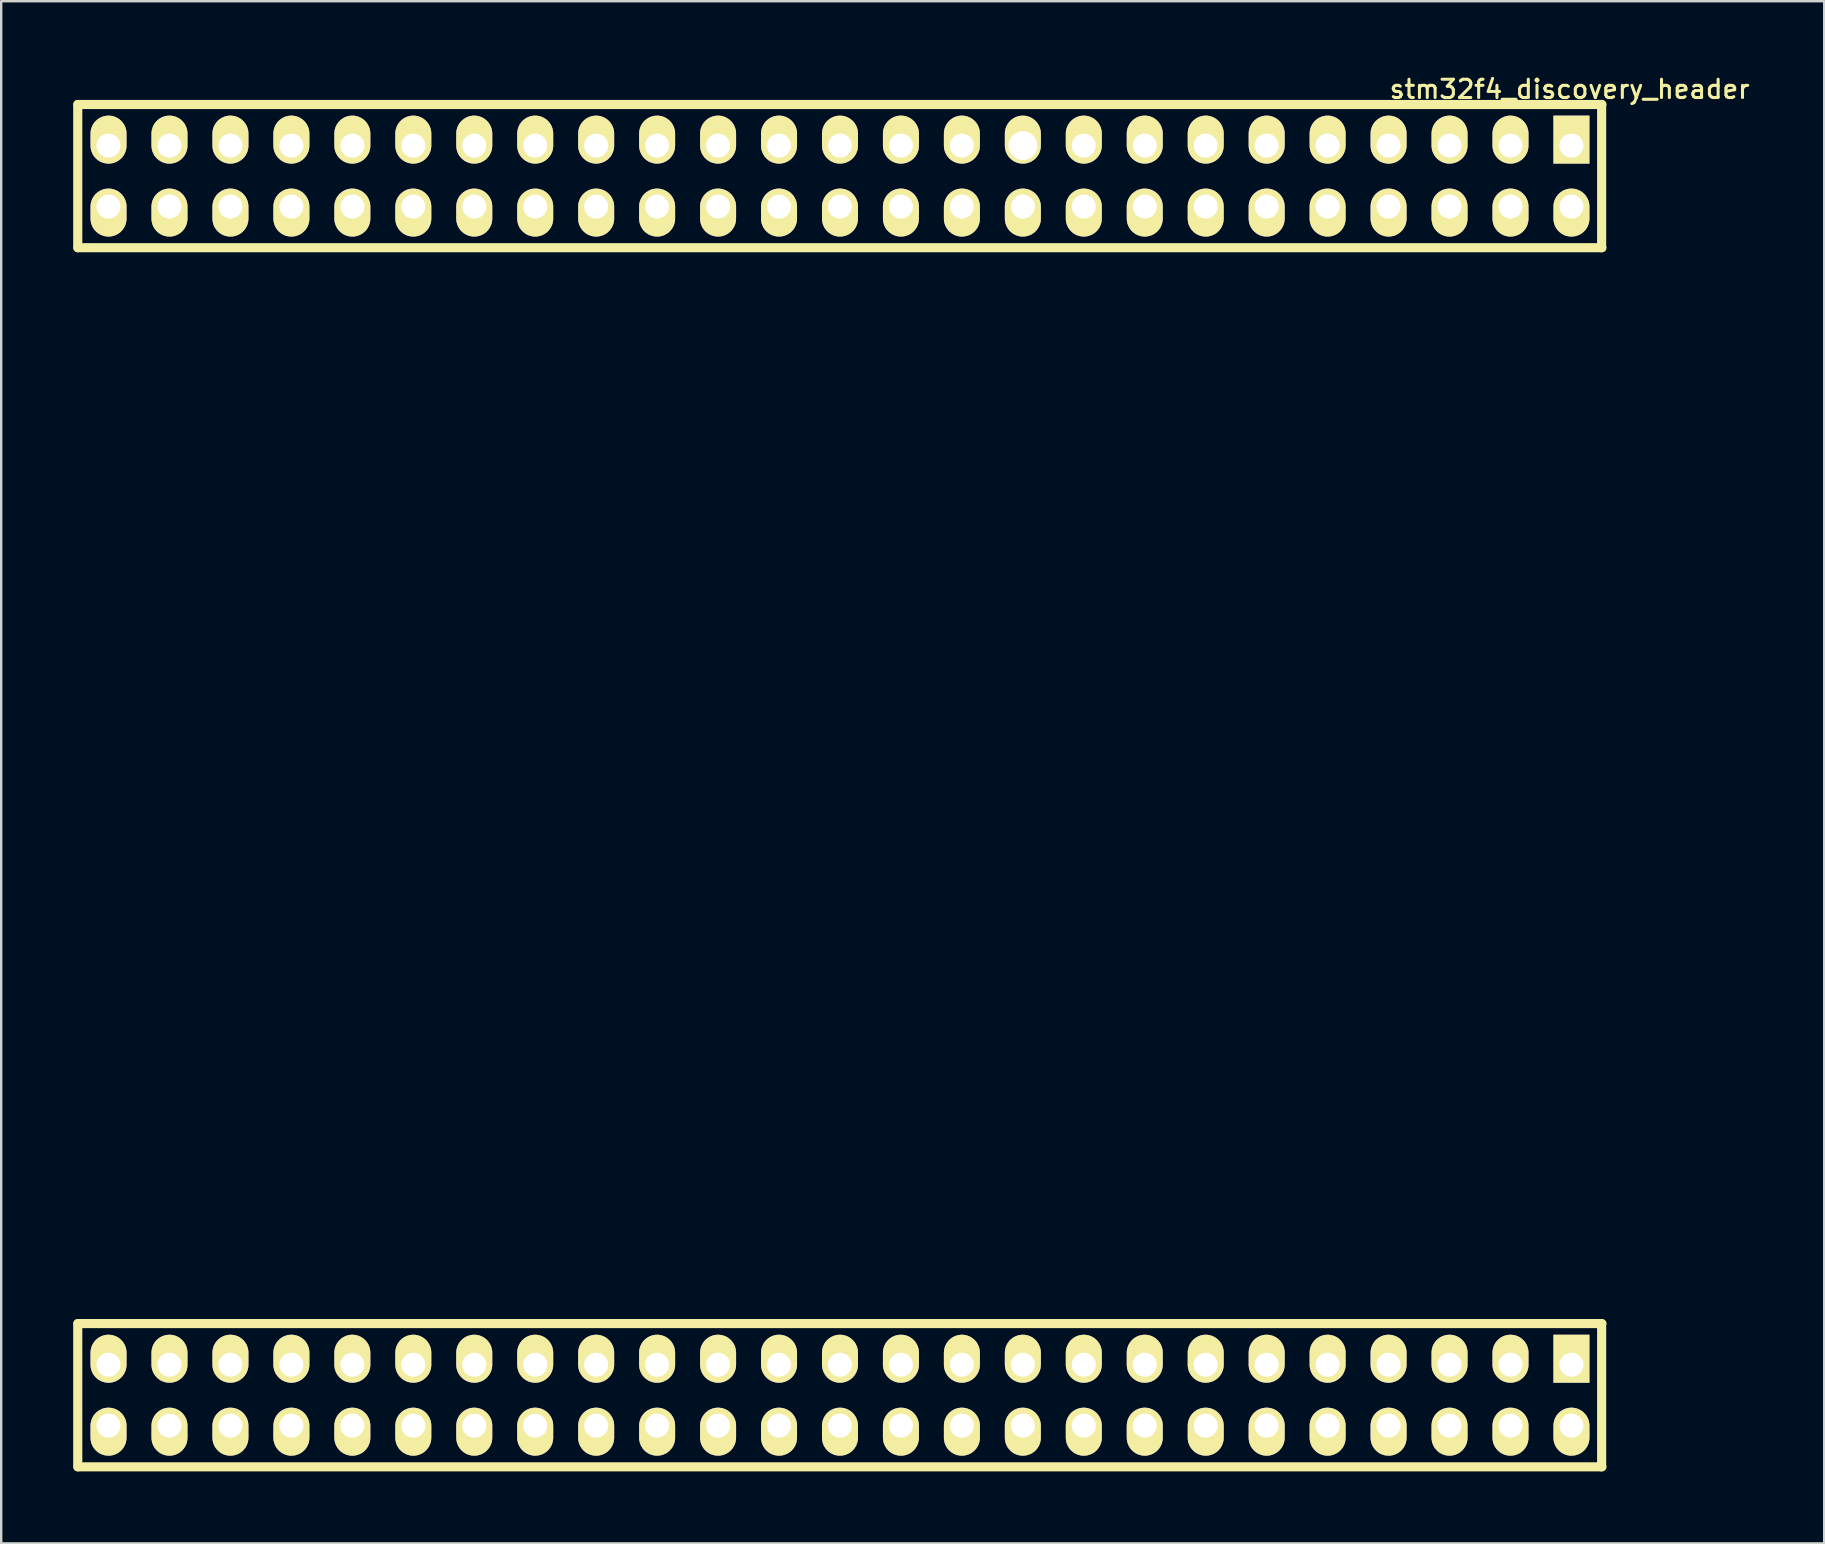
<source format=kicad_pcb>
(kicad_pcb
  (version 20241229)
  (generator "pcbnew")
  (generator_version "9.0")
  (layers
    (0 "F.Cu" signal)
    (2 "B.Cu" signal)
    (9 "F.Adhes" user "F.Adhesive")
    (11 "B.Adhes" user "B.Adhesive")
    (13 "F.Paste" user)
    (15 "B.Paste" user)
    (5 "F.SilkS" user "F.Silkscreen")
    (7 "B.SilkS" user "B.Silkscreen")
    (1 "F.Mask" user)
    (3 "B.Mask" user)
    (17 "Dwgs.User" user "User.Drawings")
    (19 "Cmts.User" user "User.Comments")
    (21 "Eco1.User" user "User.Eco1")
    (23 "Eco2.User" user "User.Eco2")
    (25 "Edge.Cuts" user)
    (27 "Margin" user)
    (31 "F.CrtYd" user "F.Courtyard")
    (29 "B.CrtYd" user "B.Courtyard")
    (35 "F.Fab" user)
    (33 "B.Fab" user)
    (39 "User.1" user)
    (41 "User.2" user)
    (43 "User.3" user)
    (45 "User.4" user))
  (footprint "stm32f4_discovery_header"
    (layer "F.Cu")
    (at 47.752 29.688)
    (property "Reference" "stm32f4_discovery_header" (at 14.605 -29.02 0) (layer "F.SilkS") (effects (font (size 0.762 0.762) (thickness 0.127))))
    (attr through_hole)
    (fp_line (start -47.562 -22.416) (end -47.562 -28.384) (stroke (width 0.381) (type solid)) (layer "F.SilkS"))
    (fp_line (start -47.562 22.416) (end -47.562 28.384) (stroke (width 0.381) (type solid)) (layer "F.SilkS"))
    (fp_line (start -47.55 -28.384) (end 15.95 -28.384) (stroke (width 0.381) (type solid)) (layer "F.SilkS"))
    (fp_line (start -47.55 -22.416) (end 15.95 -22.416) (stroke (width 0.381) (type solid)) (layer "F.SilkS"))
    (fp_line (start -47.55 22.416) (end 15.95 22.416) (stroke (width 0.381) (type solid)) (layer "F.SilkS"))
    (fp_line (start -47.55 28.384) (end 15.95 28.384) (stroke (width 0.381) (type solid)) (layer "F.SilkS"))
    (fp_line (start 15.938 -22.416) (end 15.938 -28.384) (stroke (width 0.381) (type solid)) (layer "F.SilkS"))
    (fp_line (start 15.938 28.384) (end 15.938 22.416) (stroke (width 0.381) (type solid)) (layer "F.SilkS"))
    (pad "1" thru_hole rect (at 14.68 -26.67) (size 1.5 2) (drill 1 (offset 0 -0.25)) (layers "*.Cu" "*.Mask" "F.SilkS"))
    (pad "2" thru_hole oval (at 14.68 -24.13) (size 1.5 2) (drill 1 (offset 0 0.25)) (layers "*.Cu" "*.Mask" "F.SilkS"))
    (pad "3" thru_hole oval (at 12.14 -26.67) (size 1.5 2) (drill 1 (offset 0 -0.25)) (layers "*.Cu" "*.Mask" "F.SilkS"))
    (pad "4" thru_hole oval (at 12.14 -24.13) (size 1.5 2) (drill 1 (offset 0 0.25)) (layers "*.Cu" "*.Mask" "F.SilkS"))
    (pad "5" thru_hole oval (at 9.6 -26.67) (size 1.5 2) (drill 1 (offset 0 -0.25)) (layers "*.Cu" "*.Mask" "F.SilkS"))
    (pad "6" thru_hole oval (at 9.6 -24.13) (size 1.5 2) (drill 1 (offset 0 0.25)) (layers "*.Cu" "*.Mask" "F.SilkS"))
    (pad "7" thru_hole oval (at 7.06 -26.67) (size 1.5 2) (drill 1 (offset 0 -0.25)) (layers "*.Cu" "*.Mask" "F.SilkS"))
    (pad "8" thru_hole oval (at 7.06 -24.13) (size 1.5 2) (drill 1 (offset 0 0.25)) (layers "*.Cu" "*.Mask" "F.SilkS"))
    (pad "9" thru_hole oval (at 4.52 -26.67) (size 1.5 2) (drill 1 (offset 0 -0.25)) (layers "*.Cu" "*.Mask" "F.SilkS"))
    (pad "10" thru_hole oval (at 4.52 -24.13) (size 1.5 2) (drill 1 (offset 0 0.25)) (layers "*.Cu" "*.Mask" "F.SilkS"))
    (pad "11" thru_hole oval (at 1.98 -26.67) (size 1.5 2) (drill 1 (offset 0 -0.25)) (layers "*.Cu" "*.Mask" "F.SilkS"))
    (pad "12" thru_hole oval (at 1.98 -24.13) (size 1.5 2) (drill 1 (offset 0 0.25)) (layers "*.Cu" "*.Mask" "F.SilkS"))
    (pad "13" thru_hole oval (at -0.56 -26.67) (size 1.5 2) (drill 1 (offset 0 -0.25)) (layers "*.Cu" "*.Mask" "F.SilkS"))
    (pad "14" thru_hole oval (at -0.56 -24.13) (size 1.5 2) (drill 1 (offset 0 0.25)) (layers "*.Cu" "*.Mask" "F.SilkS"))
    (pad "15" thru_hole oval (at -3.1 -26.67) (size 1.5 2) (drill 1 (offset 0 -0.25)) (layers "*.Cu" "*.Mask" "F.SilkS"))
    (pad "16" thru_hole oval (at -3.1 -24.13) (size 1.5 2) (drill 1 (offset 0 0.25)) (layers "*.Cu" "*.Mask" "F.SilkS"))
    (pad "17" thru_hole oval (at -5.64 -26.67) (size 1.5 2) (drill 1 (offset 0 -0.25)) (layers "*.Cu" "*.Mask" "F.SilkS"))
    (pad "18" thru_hole oval (at -5.64 -24.13) (size 1.5 2) (drill 1 (offset 0 0.25)) (layers "*.Cu" "*.Mask" "F.SilkS"))
    (pad "19" thru_hole oval (at -8.18 -26.67) (size 1.5 2) (drill 1.2 (offset 0 -0.25)) (layers "*.Cu" "*.Mask" "F.SilkS"))
    (pad "20" thru_hole oval (at -8.18 -24.13) (size 1.5 2) (drill 1 (offset 0 0.25)) (layers "*.Cu" "*.Mask" "F.SilkS"))
    (pad "21" thru_hole oval (at -10.72 -26.67) (size 1.5 2) (drill 1 (offset 0 -0.25)) (layers "*.Cu" "*.Mask" "F.SilkS"))
    (pad "22" thru_hole oval (at -10.72 -24.13) (size 1.5 2) (drill 1 (offset 0 0.25)) (layers "*.Cu" "*.Mask" "F.SilkS"))
    (pad "23" thru_hole oval (at -13.26 -26.67) (size 1.5 2) (drill 1 (offset 0 -0.25)) (layers "*.Cu" "*.Mask" "F.SilkS"))
    (pad "24" thru_hole oval (at -13.26 -24.13) (size 1.5 2) (drill 1 (offset 0 0.25)) (layers "*.Cu" "*.Mask" "F.SilkS"))
    (pad "25" thru_hole oval (at -15.8 -26.67) (size 1.5 2) (drill 1 (offset 0 -0.25)) (layers "*.Cu" "*.Mask" "F.SilkS"))
    (pad "26" thru_hole oval (at -15.8 -24.13) (size 1.5 2) (drill 1 (offset 0 0.25)) (layers "*.Cu" "*.Mask" "F.SilkS"))
    (pad "27" thru_hole oval (at -18.34 -26.67) (size 1.5 2) (drill 1 (offset 0 -0.25)) (layers "*.Cu" "*.Mask" "F.SilkS"))
    (pad "28" thru_hole oval (at -18.34 -24.13) (size 1.5 2) (drill 1 (offset 0 0.25)) (layers "*.Cu" "*.Mask" "F.SilkS"))
    (pad "29" thru_hole oval (at -20.88 -26.67) (size 1.5 2) (drill 1 (offset 0 -0.25)) (layers "*.Cu" "*.Mask" "F.SilkS"))
    (pad "30" thru_hole oval (at -20.88 -24.13) (size 1.5 2) (drill 1 (offset 0 0.25)) (layers "*.Cu" "*.Mask" "F.SilkS"))
    (pad "31" thru_hole oval (at -23.42 -26.67) (size 1.5 2) (drill 1 (offset 0 -0.25)) (layers "*.Cu" "*.Mask" "F.SilkS"))
    (pad "32" thru_hole oval (at -23.42 -24.13) (size 1.5 2) (drill 1 (offset 0 0.25)) (layers "*.Cu" "*.Mask" "F.SilkS"))
    (pad "33" thru_hole oval (at -25.96 -26.67) (size 1.5 2) (drill 1 (offset 0 -0.25)) (layers "*.Cu" "*.Mask" "F.SilkS"))
    (pad "34" thru_hole oval (at -25.96 -24.13) (size 1.5 2) (drill 1 (offset 0 0.25)) (layers "*.Cu" "*.Mask" "F.SilkS"))
    (pad "35" thru_hole oval (at -28.5 -26.67) (size 1.5 2) (drill 1 (offset 0 -0.25)) (layers "*.Cu" "*.Mask" "F.SilkS"))
    (pad "36" thru_hole oval (at -28.5 -24.13) (size 1.5 2) (drill 1 (offset 0 0.25)) (layers "*.Cu" "*.Mask" "F.SilkS"))
    (pad "37" thru_hole oval (at -31.04 -26.67) (size 1.5 2) (drill 1 (offset 0 -0.25)) (layers "*.Cu" "*.Mask" "F.SilkS"))
    (pad "38" thru_hole oval (at -31.04 -24.13) (size 1.5 2) (drill 1 (offset 0 0.25)) (layers "*.Cu" "*.Mask" "F.SilkS"))
    (pad "39" thru_hole oval (at -33.58 -26.67) (size 1.5 2) (drill 1 (offset 0 -0.25)) (layers "*.Cu" "*.Mask" "F.SilkS"))
    (pad "40" thru_hole oval (at -33.58 -24.13) (size 1.5 2) (drill 1 (offset 0 0.25)) (layers "*.Cu" "*.Mask" "F.SilkS"))
    (pad "41" thru_hole oval (at -36.12 -26.67) (size 1.5 2) (drill 1 (offset 0 -0.25)) (layers "*.Cu" "*.Mask" "F.SilkS"))
    (pad "42" thru_hole oval (at -36.12 -24.13) (size 1.5 2) (drill 1 (offset 0 0.25)) (layers "*.Cu" "*.Mask" "F.SilkS"))
    (pad "43" thru_hole oval (at -38.66 -26.67) (size 1.5 2) (drill 1 (offset 0 -0.25)) (layers "*.Cu" "*.Mask" "F.SilkS"))
    (pad "44" thru_hole oval (at -38.66 -24.13) (size 1.5 2) (drill 1 (offset 0 0.25)) (layers "*.Cu" "*.Mask" "F.SilkS"))
    (pad "45" thru_hole oval (at -41.2 -26.67) (size 1.5 2) (drill 1 (offset 0 -0.25)) (layers "*.Cu" "*.Mask" "F.SilkS"))
    (pad "46" thru_hole oval (at -41.2 -24.13) (size 1.5 2) (drill 1 (offset 0 0.25)) (layers "*.Cu" "*.Mask" "F.SilkS"))
    (pad "47" thru_hole oval (at -43.74 -26.67) (size 1.5 2) (drill 1 (offset 0 -0.25)) (layers "*.Cu" "*.Mask" "F.SilkS"))
    (pad "48" thru_hole oval (at -43.74 -24.13) (size 1.5 2) (drill 1 (offset 0 0.25)) (layers "*.Cu" "*.Mask" "F.SilkS"))
    (pad "49" thru_hole oval (at -46.28 -26.67) (size 1.5 2) (drill 1 (offset 0 -0.25)) (layers "*.Cu" "*.Mask" "F.SilkS"))
    (pad "50" thru_hole oval (at -46.28 -24.13) (size 1.5 2) (drill 1 (offset 0 0.25)) (layers "*.Cu" "*.Mask" "F.SilkS"))
    (pad "51" thru_hole oval (at -46.28 24.13) (size 1.5 2) (drill 1 (offset 0 -0.25)) (layers "*.Cu" "*.Mask" "F.SilkS"))
    (pad "52" thru_hole oval (at -46.28 26.67) (size 1.5 2) (drill 1 (offset 0 0.25)) (layers "*.Cu" "*.Mask" "F.SilkS"))
    (pad "53" thru_hole oval (at -43.74 24.13) (size 1.5 2) (drill 1 (offset 0 -0.25)) (layers "*.Cu" "*.Mask" "F.SilkS"))
    (pad "54" thru_hole oval (at -43.74 26.67) (size 1.5 2) (drill 1 (offset 0 0.25)) (layers "*.Cu" "*.Mask" "F.SilkS"))
    (pad "55" thru_hole oval (at -41.2 24.13) (size 1.5 2) (drill 1 (offset 0 -0.25)) (layers "*.Cu" "*.Mask" "F.SilkS"))
    (pad "56" thru_hole oval (at -41.2 26.67) (size 1.5 2) (drill 1 (offset 0 0.25)) (layers "*.Cu" "*.Mask" "F.SilkS"))
    (pad "57" thru_hole oval (at -38.66 24.13) (size 1.5 2) (drill 1 (offset 0 -0.25)) (layers "*.Cu" "*.Mask" "F.SilkS"))
    (pad "58" thru_hole oval (at -38.66 26.67) (size 1.5 2) (drill 1 (offset 0 0.25)) (layers "*.Cu" "*.Mask" "F.SilkS"))
    (pad "59" thru_hole oval (at -36.12 24.13) (size 1.5 2) (drill 1 (offset 0 -0.25)) (layers "*.Cu" "*.Mask" "F.SilkS"))
    (pad "60" thru_hole oval (at -36.12 26.67) (size 1.5 2) (drill 1 (offset 0 0.25)) (layers "*.Cu" "*.Mask" "F.SilkS"))
    (pad "61" thru_hole oval (at -33.58 24.13) (size 1.5 2) (drill 1 (offset 0 -0.25)) (layers "*.Cu" "*.Mask" "F.SilkS"))
    (pad "62" thru_hole oval (at -33.58 26.67) (size 1.5 2) (drill 1 (offset 0 0.25)) (layers "*.Cu" "*.Mask" "F.SilkS"))
    (pad "63" thru_hole oval (at -31.04 24.13) (size 1.5 2) (drill 1 (offset 0 -0.25)) (layers "*.Cu" "*.Mask" "F.SilkS"))
    (pad "64" thru_hole oval (at -31.04 26.67) (size 1.5 2) (drill 1 (offset 0 0.25)) (layers "*.Cu" "*.Mask" "F.SilkS"))
    (pad "65" thru_hole oval (at -28.5 24.13) (size 1.5 2) (drill 1 (offset 0 -0.25)) (layers "*.Cu" "*.Mask" "F.SilkS"))
    (pad "66" thru_hole oval (at -28.5 26.67) (size 1.5 2) (drill 1 (offset 0 0.25)) (layers "*.Cu" "*.Mask" "F.SilkS"))
    (pad "67" thru_hole oval (at -25.96 24.13) (size 1.5 2) (drill 1 (offset 0 -0.25)) (layers "*.Cu" "*.Mask" "F.SilkS"))
    (pad "68" thru_hole oval (at -25.96 26.67) (size 1.5 2) (drill 1 (offset 0 0.25)) (layers "*.Cu" "*.Mask" "F.SilkS"))
    (pad "69" thru_hole oval (at -23.42 24.13) (size 1.5 2) (drill 1 (offset 0 -0.25)) (layers "*.Cu" "*.Mask" "F.SilkS"))
    (pad "70" thru_hole oval (at -23.42 26.67) (size 1.5 2) (drill 1 (offset 0 0.25)) (layers "*.Cu" "*.Mask" "F.SilkS"))
    (pad "71" thru_hole oval (at -20.88 24.13) (size 1.5 2) (drill 1 (offset 0 -0.25)) (layers "*.Cu" "*.Mask" "F.SilkS"))
    (pad "72" thru_hole oval (at -20.88 26.67) (size 1.5 2) (drill 1 (offset 0 0.25)) (layers "*.Cu" "*.Mask" "F.SilkS"))
    (pad "73" thru_hole oval (at -18.34 24.13) (size 1.5 2) (drill 1 (offset 0 -0.25)) (layers "*.Cu" "*.Mask" "F.SilkS"))
    (pad "74" thru_hole oval (at -18.34 26.67) (size 1.5 2) (drill 1 (offset 0 0.25)) (layers "*.Cu" "*.Mask" "F.SilkS"))
    (pad "75" thru_hole oval (at -15.8 24.13) (size 1.5 2) (drill 1 (offset 0 -0.25)) (layers "*.Cu" "*.Mask" "F.SilkS"))
    (pad "76" thru_hole oval (at -15.8 26.67) (size 1.5 2) (drill 1 (offset 0 0.25)) (layers "*.Cu" "*.Mask" "F.SilkS"))
    (pad "77" thru_hole oval (at -13.26 24.13) (size 1.5 2) (drill 1 (offset 0 -0.25)) (layers "*.Cu" "*.Mask" "F.SilkS"))
    (pad "78" thru_hole oval (at -13.26 26.67) (size 1.5 2) (drill 1 (offset 0 0.25)) (layers "*.Cu" "*.Mask" "F.SilkS"))
    (pad "79" thru_hole oval (at -10.72 24.13) (size 1.5 2) (drill 1 (offset 0 -0.25)) (layers "*.Cu" "*.Mask" "F.SilkS"))
    (pad "80" thru_hole oval (at -10.72 26.67) (size 1.5 2) (drill 1 (offset 0 0.25)) (layers "*.Cu" "*.Mask" "F.SilkS"))
    (pad "81" thru_hole oval (at -8.18 24.13) (size 1.5 2) (drill 1 (offset 0 -0.25)) (layers "*.Cu" "*.Mask" "F.SilkS"))
    (pad "82" thru_hole oval (at -8.18 26.67) (size 1.5 2) (drill 1 (offset 0 0.25)) (layers "*.Cu" "*.Mask" "F.SilkS"))
    (pad "83" thru_hole oval (at -5.64 24.13) (size 1.5 2) (drill 1 (offset 0 -0.25)) (layers "*.Cu" "*.Mask" "F.SilkS"))
    (pad "84" thru_hole oval (at -5.64 26.67) (size 1.5 2) (drill 1 (offset 0 0.25)) (layers "*.Cu" "*.Mask" "F.SilkS"))
    (pad "85" thru_hole oval (at -3.1 24.13) (size 1.5 2) (drill 1 (offset 0 -0.25)) (layers "*.Cu" "*.Mask" "F.SilkS"))
    (pad "86" thru_hole oval (at -3.1 26.67) (size 1.5 2) (drill 1 (offset 0 0.25)) (layers "*.Cu" "*.Mask" "F.SilkS"))
    (pad "87" thru_hole oval (at -0.56 24.13) (size 1.5 2) (drill 1 (offset 0 -0.25)) (layers "*.Cu" "*.Mask" "F.SilkS"))
    (pad "88" thru_hole oval (at -0.56 26.67) (size 1.5 2) (drill 1 (offset 0 0.25)) (layers "*.Cu" "*.Mask" "F.SilkS"))
    (pad "89" thru_hole oval (at 1.98 24.13) (size 1.5 2) (drill 1 (offset 0 -0.25)) (layers "*.Cu" "*.Mask" "F.SilkS"))
    (pad "90" thru_hole oval (at 1.98 26.67) (size 1.5 2) (drill 1 (offset 0 0.25)) (layers "*.Cu" "*.Mask" "F.SilkS"))
    (pad "91" thru_hole oval (at 4.52 24.13) (size 1.5 2) (drill 1 (offset 0 -0.25)) (layers "*.Cu" "*.Mask" "F.SilkS"))
    (pad "92" thru_hole oval (at 4.52 26.67) (size 1.5 2) (drill 1 (offset 0 0.25)) (layers "*.Cu" "*.Mask" "F.SilkS"))
    (pad "93" thru_hole oval (at 7.06 24.13) (size 1.5 2) (drill 1 (offset 0 -0.25)) (layers "*.Cu" "*.Mask" "F.SilkS"))
    (pad "94" thru_hole oval (at 7.06 26.67) (size 1.5 2) (drill 1 (offset 0 0.25)) (layers "*.Cu" "*.Mask" "F.SilkS"))
    (pad "95" thru_hole oval (at 9.6 24.13) (size 1.5 2) (drill 1 (offset 0 -0.25)) (layers "*.Cu" "*.Mask" "F.SilkS"))
    (pad "96" thru_hole oval (at 9.6 26.67) (size 1.5 2) (drill 1 (offset 0 0.25)) (layers "*.Cu" "*.Mask" "F.SilkS"))
    (pad "97" thru_hole oval (at 12.14 24.13) (size 1.5 2) (drill 1 (offset 0 -0.25)) (layers "*.Cu" "*.Mask" "F.SilkS"))
    (pad "98" thru_hole oval (at 12.14 26.67) (size 1.5 2) (drill 1 (offset 0 0.25)) (layers "*.Cu" "*.Mask" "F.SilkS"))
    (pad "99" thru_hole rect (at 14.68 24.13) (size 1.5 2) (drill 1 (offset 0 -0.25)) (layers "*.Cu" "*.Mask" "F.SilkS"))
    (pad "100" thru_hole oval (at 14.68 26.67) (size 1.5 2) (drill 1 (offset 0 0.25)) (layers "*.Cu" "*.Mask" "F.SilkS")))
  (gr_rect
    (start -3 -3)
    (end 72.964 61.263)
    (stroke (width 0.1) (type default))
    (fill no)
    (layer "Edge.Cuts")))
</source>
